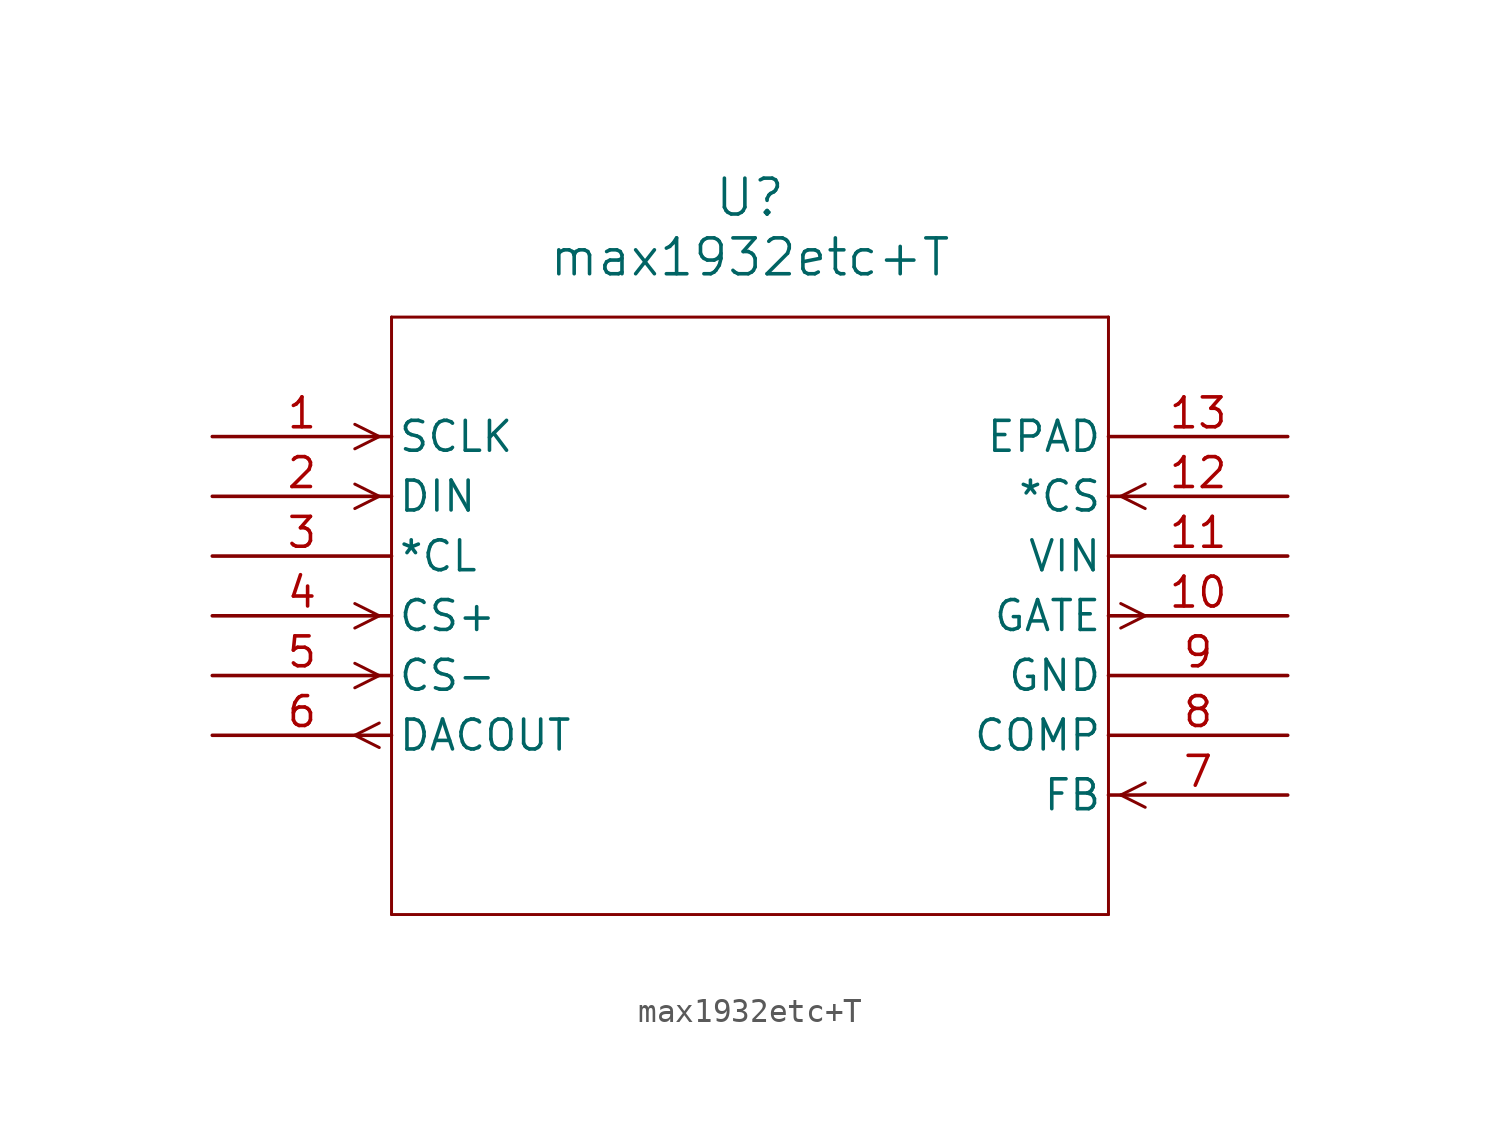
<source format=kicad_sym>
(kicad_symbol_lib
  (version 20220914)
  (generator kicad_symbol_editor)
  (symbol "max1932etc+T"
    (pin_names
      (offset 0.254))
    (property "Reference" "U"
      (at 22.86 10.16 0)
      (effects (font (size 1.524 1.524))))
    (property "Value" "max1932etc+T"
      (at 22.86 7.62 0)
      (effects (font (size 1.524 1.524))))
    (symbol "max1932etc+T_0_1"
      (polyline (pts (xy 7.099 -13.221) (xy 6.058 -12.7)) (stroke (width 0.127) (type default)) (fill (type none)))
      (polyline (pts (xy 7.099 -12.179) (xy 6.058 -12.7)) (stroke (width 0.127) (type default)) (fill (type none)))
      (polyline (pts (xy 7.099 -10.16) (xy 6.058 -10.681)) (stroke (width 0.127) (type default)) (fill (type none)))
      (polyline (pts (xy 7.099 -10.16) (xy 6.058 -9.639)) (stroke (width 0.127) (type default)) (fill (type none)))
      (polyline (pts (xy 7.099 -7.62) (xy 6.058 -8.141)) (stroke (width 0.127) (type default)) (fill (type none)))
      (polyline (pts (xy 7.099 -7.62) (xy 6.058 -7.099)) (stroke (width 0.127) (type default)) (fill (type none)))
      (polyline (pts (xy 7.099 -2.54) (xy 6.058 -3.061)) (stroke (width 0.127) (type default)) (fill (type none)))
      (polyline (pts (xy 7.099 -2.54) (xy 6.058 -2.019)) (stroke (width 0.127) (type default)) (fill (type none)))
      (polyline (pts (xy 7.099 0) (xy 6.058 -0.521)) (stroke (width 0.127) (type default)) (fill (type none)))
      (polyline (pts (xy 7.099 0) (xy 6.058 0.521)) (stroke (width 0.127) (type default)) (fill (type none)))
      (polyline (pts (xy 7.62 -20.32) (xy 38.1 -20.32)) (stroke (width 0.127) (type default)) (fill (type none)))
      (polyline (pts (xy 7.62 5.08) (xy 7.62 -20.32)) (stroke (width 0.127) (type default)) (fill (type none)))
      (polyline (pts (xy 38.1 -20.32) (xy 38.1 5.08)) (stroke (width 0.127) (type default)) (fill (type none)))
      (polyline (pts (xy 38.1 5.08) (xy 7.62 5.08)) (stroke (width 0.127) (type default)) (fill (type none)))
      (polyline (pts (xy 38.621 -15.24) (xy 39.662 -15.761)) (stroke (width 0.127) (type default)) (fill (type none)))
      (polyline (pts (xy 38.621 -15.24) (xy 39.662 -14.719)) (stroke (width 0.127) (type default)) (fill (type none)))
      (polyline (pts (xy 38.621 -8.141) (xy 39.662 -7.62)) (stroke (width 0.127) (type default)) (fill (type none)))
      (polyline (pts (xy 38.621 -7.099) (xy 39.662 -7.62)) (stroke (width 0.127) (type default)) (fill (type none)))
      (polyline (pts (xy 38.621 -2.54) (xy 39.662 -3.061)) (stroke (width 0.127) (type default)) (fill (type none)))
      (polyline (pts (xy 38.621 -2.54) (xy 39.662 -2.019)) (stroke (width 0.127) (type default)) (fill (type none)))
      (pin input line (at 0 0 0) (length 7.62) (name "SCLK" (effects (font (size 1.27 1.27)))) (number "1" (effects (font (size 1.27 1.27)))))
      (pin output line (at 45.72 -7.62 180) (length 7.62) (name "GATE" (effects (font (size 1.27 1.27)))) (number "10" (effects (font (size 1.27 1.27)))))
      (pin power_in line (at 45.72 -5.08 180) (length 7.62) (name "VIN" (effects (font (size 1.27 1.27)))) (number "11" (effects (font (size 1.27 1.27)))))
      (pin input line (at 45.72 -2.54 180) (length 7.62) (name "*CS" (effects (font (size 1.27 1.27)))) (number "12" (effects (font (size 1.27 1.27)))))
      (pin unspecified line (at 45.72 0 180) (length 7.62) (name "EPAD" (effects (font (size 1.27 1.27)))) (number "13" (effects (font (size 1.27 1.27)))))
      (pin input line (at 0 -2.54 0) (length 7.62) (name "DIN" (effects (font (size 1.27 1.27)))) (number "2" (effects (font (size 1.27 1.27)))))
      (pin unspecified line (at 0 -5.08 0) (length 7.62) (name "*CL" (effects (font (size 1.27 1.27)))) (number "3" (effects (font (size 1.27 1.27)))))
      (pin input line (at 0 -7.62 0) (length 7.62) (name "CS+" (effects (font (size 1.27 1.27)))) (number "4" (effects (font (size 1.27 1.27)))))
      (pin input line (at 0 -10.16 0) (length 7.62) (name "CS-" (effects (font (size 1.27 1.27)))) (number "5" (effects (font (size 1.27 1.27)))))
      (pin output line (at 0 -12.7 0) (length 7.62) (name "DACOUT" (effects (font (size 1.27 1.27)))) (number "6" (effects (font (size 1.27 1.27)))))
      (pin input line (at 45.72 -15.24 180) (length 7.62) (name "FB" (effects (font (size 1.27 1.27)))) (number "7" (effects (font (size 1.27 1.27)))))
      (pin unspecified line (at 45.72 -12.7 180) (length 7.62) (name "COMP" (effects (font (size 1.27 1.27)))) (number "8" (effects (font (size 1.27 1.27)))))
      (pin power_in line (at 45.72 -10.16 180) (length 7.62) (name "GND" (effects (font (size 1.27 1.27)))) (number "9" (effects (font (size 1.27 1.27))))))))
</source>
